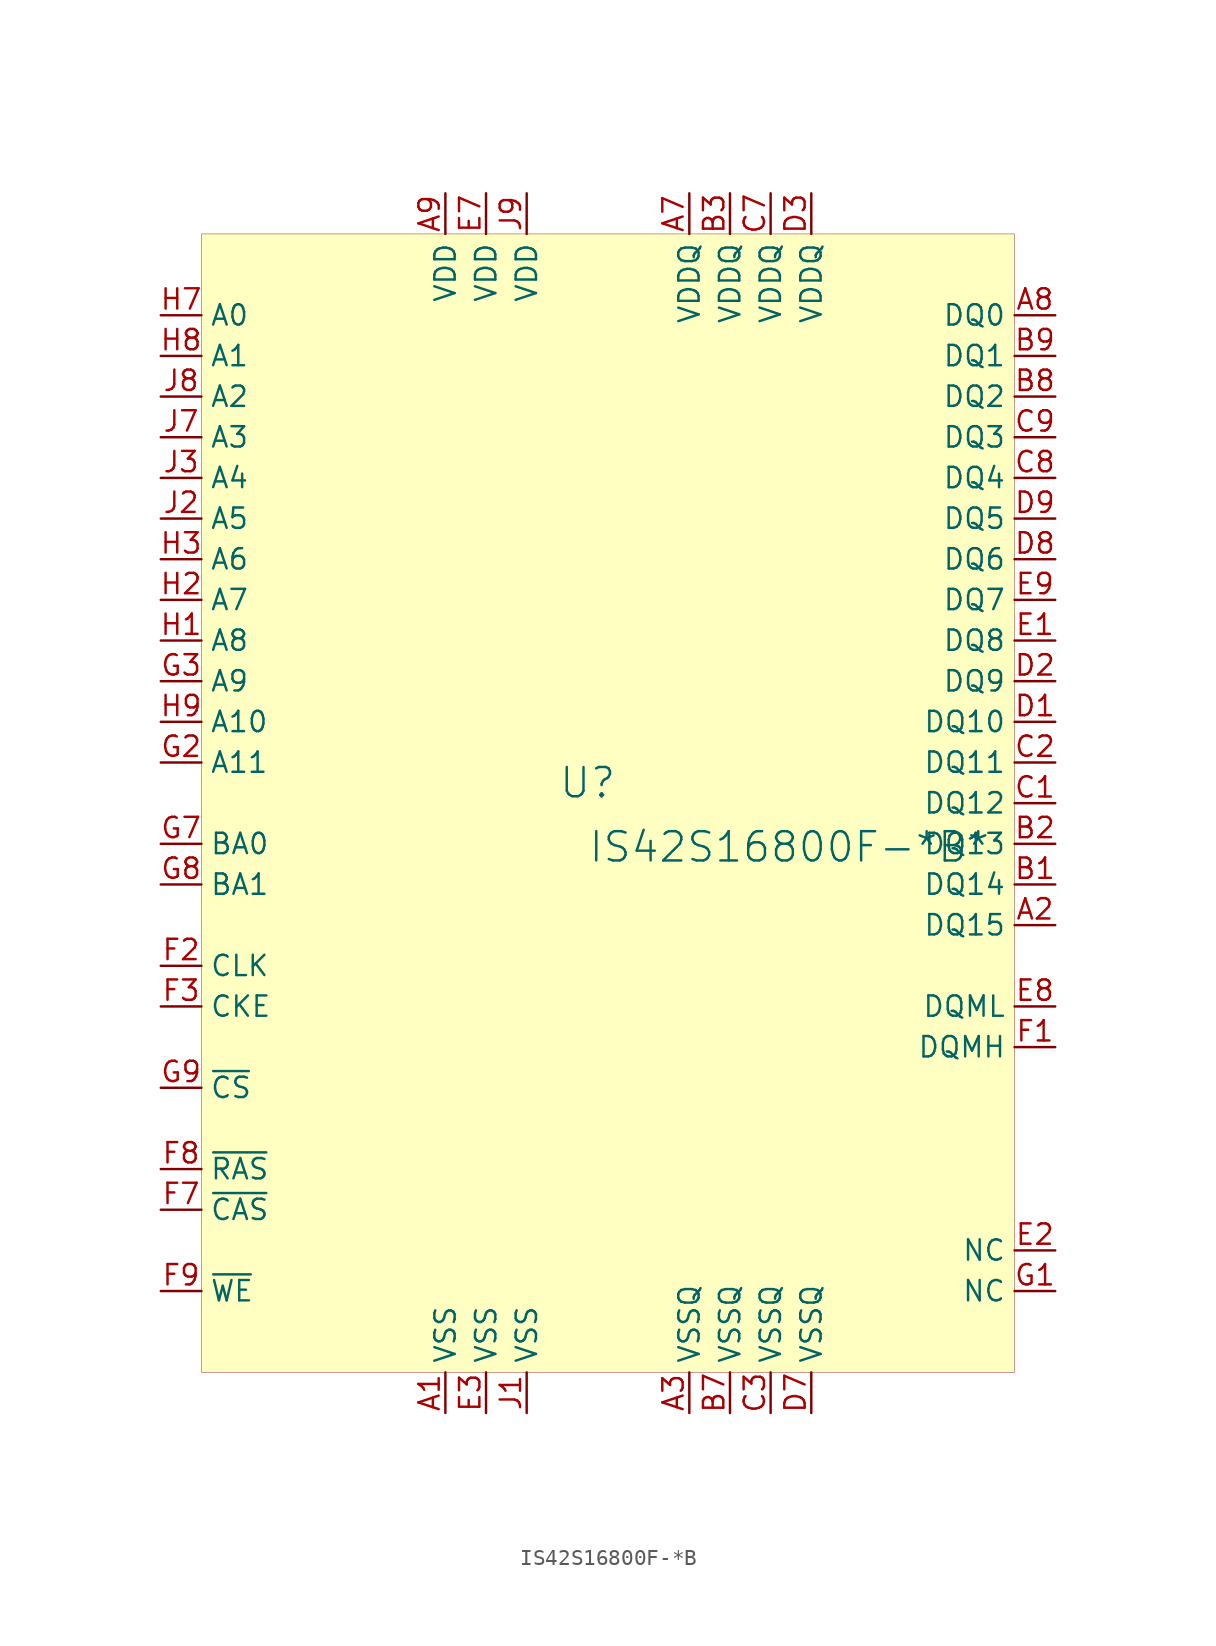
<source format=kicad_sym>
(kicad_symbol_lib
  (version 20231120)
  (generator "kicad_symbol_editor")
  (generator_version "8.0")
  (symbol "IS42S16800F-*B"
    (property "Reference" "U"
      (at -1.27 1.27 0)
      (effects (font (size 1.829 1.829))))
    (property "Value" "IS42S16800F-*B*"
      (at -1.27 -3.81 0)
      (effects (font (size 1.829 1.829)) (justify left bottom)))
    (symbol "IS42S16800F-*B_1_0"
      (rectangle (start 25.4 35.56) (end -25.4 -35.56) (stroke (width 0.025) (type solid) (color 128 0 0 1)) (fill (type background)))
      (pin power_in line (at -10.16 -38.1 90) (length 2.54) (name "VSS" (effects (font (size 1.27 1.27)))) (number "A1" (effects (font (size 1.27 1.27)))))
      (pin bidirectional line (at 27.94 -7.62 180) (length 2.54) (name "DQ15" (effects (font (size 1.27 1.27)))) (number "A2" (effects (font (size 1.27 1.27)))))
      (pin power_in line (at 5.08 -38.1 90) (length 2.54) (name "VSSQ" (effects (font (size 1.27 1.27)))) (number "A3" (effects (font (size 1.27 1.27)))))
      (pin power_in line (at 5.08 38.1 270) (length 2.54) (name "VDDQ" (effects (font (size 1.27 1.27)))) (number "A7" (effects (font (size 1.27 1.27)))))
      (pin bidirectional line (at 27.94 30.48 180) (length 2.54) (name "DQ0" (effects (font (size 1.27 1.27)))) (number "A8" (effects (font (size 1.27 1.27)))))
      (pin power_in line (at -10.16 38.1 270) (length 2.54) (name "VDD" (effects (font (size 1.27 1.27)))) (number "A9" (effects (font (size 1.27 1.27)))))
      (pin bidirectional line (at 27.94 -5.08 180) (length 2.54) (name "DQ14" (effects (font (size 1.27 1.27)))) (number "B1" (effects (font (size 1.27 1.27)))))
      (pin bidirectional line (at 27.94 -2.54 180) (length 2.54) (name "DQ13" (effects (font (size 1.27 1.27)))) (number "B2" (effects (font (size 1.27 1.27)))))
      (pin power_in line (at 7.62 38.1 270) (length 2.54) (name "VDDQ" (effects (font (size 1.27 1.27)))) (number "B3" (effects (font (size 1.27 1.27)))))
      (pin power_in line (at 7.62 -38.1 90) (length 2.54) (name "VSSQ" (effects (font (size 1.27 1.27)))) (number "B7" (effects (font (size 1.27 1.27)))))
      (pin bidirectional line (at 27.94 25.4 180) (length 2.54) (name "DQ2" (effects (font (size 1.27 1.27)))) (number "B8" (effects (font (size 1.27 1.27)))))
      (pin bidirectional line (at 27.94 27.94 180) (length 2.54) (name "DQ1" (effects (font (size 1.27 1.27)))) (number "B9" (effects (font (size 1.27 1.27)))))
      (pin bidirectional line (at 27.94 0 180) (length 2.54) (name "DQ12" (effects (font (size 1.27 1.27)))) (number "C1" (effects (font (size 1.27 1.27)))))
      (pin bidirectional line (at 27.94 2.54 180) (length 2.54) (name "DQ11" (effects (font (size 1.27 1.27)))) (number "C2" (effects (font (size 1.27 1.27)))))
      (pin power_in line (at 10.16 -38.1 90) (length 2.54) (name "VSSQ" (effects (font (size 1.27 1.27)))) (number "C3" (effects (font (size 1.27 1.27)))))
      (pin power_in line (at 10.16 38.1 270) (length 2.54) (name "VDDQ" (effects (font (size 1.27 1.27)))) (number "C7" (effects (font (size 1.27 1.27)))))
      (pin bidirectional line (at 27.94 20.32 180) (length 2.54) (name "DQ4" (effects (font (size 1.27 1.27)))) (number "C8" (effects (font (size 1.27 1.27)))))
      (pin bidirectional line (at 27.94 22.86 180) (length 2.54) (name "DQ3" (effects (font (size 1.27 1.27)))) (number "C9" (effects (font (size 1.27 1.27)))))
      (pin bidirectional line (at 27.94 5.08 180) (length 2.54) (name "DQ10" (effects (font (size 1.27 1.27)))) (number "D1" (effects (font (size 1.27 1.27)))))
      (pin bidirectional line (at 27.94 7.62 180) (length 2.54) (name "DQ9" (effects (font (size 1.27 1.27)))) (number "D2" (effects (font (size 1.27 1.27)))))
      (pin power_in line (at 12.7 38.1 270) (length 2.54) (name "VDDQ" (effects (font (size 1.27 1.27)))) (number "D3" (effects (font (size 1.27 1.27)))))
      (pin power_in line (at 12.7 -38.1 90) (length 2.54) (name "VSSQ" (effects (font (size 1.27 1.27)))) (number "D7" (effects (font (size 1.27 1.27)))))
      (pin bidirectional line (at 27.94 15.24 180) (length 2.54) (name "DQ6" (effects (font (size 1.27 1.27)))) (number "D8" (effects (font (size 1.27 1.27)))))
      (pin bidirectional line (at 27.94 17.78 180) (length 2.54) (name "DQ5" (effects (font (size 1.27 1.27)))) (number "D9" (effects (font (size 1.27 1.27)))))
      (pin bidirectional line (at 27.94 10.16 180) (length 2.54) (name "DQ8" (effects (font (size 1.27 1.27)))) (number "E1" (effects (font (size 1.27 1.27)))))
      (pin passive line (at 27.94 -27.94 180) (length 2.54) (name "NC" (effects (font (size 1.27 1.27)))) (number "E2" (effects (font (size 1.27 1.27)))))
      (pin power_in line (at -7.62 -38.1 90) (length 2.54) (name "VSS" (effects (font (size 1.27 1.27)))) (number "E3" (effects (font (size 1.27 1.27)))))
      (pin power_in line (at -7.62 38.1 270) (length 2.54) (name "VDD" (effects (font (size 1.27 1.27)))) (number "E7" (effects (font (size 1.27 1.27)))))
      (pin input line (at 27.94 -12.7 180) (length 2.54) (name "DQML" (effects (font (size 1.27 1.27)))) (number "E8" (effects (font (size 1.27 1.27)))))
      (pin bidirectional line (at 27.94 12.7 180) (length 2.54) (name "DQ7" (effects (font (size 1.27 1.27)))) (number "E9" (effects (font (size 1.27 1.27)))))
      (pin input line (at 27.94 -15.24 180) (length 2.54) (name "DQMH" (effects (font (size 1.27 1.27)))) (number "F1" (effects (font (size 1.27 1.27)))))
      (pin input line (at -27.94 -10.16 0) (length 2.54) (name "CLK" (effects (font (size 1.27 1.27)))) (number "F2" (effects (font (size 1.27 1.27)))))
      (pin input line (at -27.94 -12.7 0) (length 2.54) (name "CKE" (effects (font (size 1.27 1.27)))) (number "F3" (effects (font (size 1.27 1.27)))))
      (pin input line (at -27.94 -25.4 0) (length 2.54) (name "~{CAS}" (effects (font (size 1.27 1.27)))) (number "F7" (effects (font (size 1.27 1.27)))))
      (pin input line (at -27.94 -22.86 0) (length 2.54) (name "~{RAS}" (effects (font (size 1.27 1.27)))) (number "F8" (effects (font (size 1.27 1.27)))))
      (pin input line (at -27.94 -30.48 0) (length 2.54) (name "~{WE}" (effects (font (size 1.27 1.27)))) (number "F9" (effects (font (size 1.27 1.27)))))
      (pin passive line (at 27.94 -30.48 180) (length 2.54) (name "NC" (effects (font (size 1.27 1.27)))) (number "G1" (effects (font (size 1.27 1.27)))))
      (pin input line (at -27.94 2.54 0) (length 2.54) (name "A11" (effects (font (size 1.27 1.27)))) (number "G2" (effects (font (size 1.27 1.27)))))
      (pin input line (at -27.94 7.62 0) (length 2.54) (name "A9" (effects (font (size 1.27 1.27)))) (number "G3" (effects (font (size 1.27 1.27)))))
      (pin input line (at -27.94 -2.54 0) (length 2.54) (name "BA0" (effects (font (size 1.27 1.27)))) (number "G7" (effects (font (size 1.27 1.27)))))
      (pin input line (at -27.94 -5.08 0) (length 2.54) (name "BA1" (effects (font (size 1.27 1.27)))) (number "G8" (effects (font (size 1.27 1.27)))))
      (pin input line (at -27.94 -17.78 0) (length 2.54) (name "~{CS}" (effects (font (size 1.27 1.27)))) (number "G9" (effects (font (size 1.27 1.27)))))
      (pin input line (at -27.94 10.16 0) (length 2.54) (name "A8" (effects (font (size 1.27 1.27)))) (number "H1" (effects (font (size 1.27 1.27)))))
      (pin input line (at -27.94 12.7 0) (length 2.54) (name "A7" (effects (font (size 1.27 1.27)))) (number "H2" (effects (font (size 1.27 1.27)))))
      (pin input line (at -27.94 15.24 0) (length 2.54) (name "A6" (effects (font (size 1.27 1.27)))) (number "H3" (effects (font (size 1.27 1.27)))))
      (pin input line (at -27.94 30.48 0) (length 2.54) (name "A0" (effects (font (size 1.27 1.27)))) (number "H7" (effects (font (size 1.27 1.27)))))
      (pin input line (at -27.94 27.94 0) (length 2.54) (name "A1" (effects (font (size 1.27 1.27)))) (number "H8" (effects (font (size 1.27 1.27)))))
      (pin input line (at -27.94 5.08 0) (length 2.54) (name "A10" (effects (font (size 1.27 1.27)))) (number "H9" (effects (font (size 1.27 1.27)))))
      (pin power_in line (at -5.08 -38.1 90) (length 2.54) (name "VSS" (effects (font (size 1.27 1.27)))) (number "J1" (effects (font (size 1.27 1.27)))))
      (pin input line (at -27.94 17.78 0) (length 2.54) (name "A5" (effects (font (size 1.27 1.27)))) (number "J2" (effects (font (size 1.27 1.27)))))
      (pin input line (at -27.94 20.32 0) (length 2.54) (name "A4" (effects (font (size 1.27 1.27)))) (number "J3" (effects (font (size 1.27 1.27)))))
      (pin input line (at -27.94 22.86 0) (length 2.54) (name "A3" (effects (font (size 1.27 1.27)))) (number "J7" (effects (font (size 1.27 1.27)))))
      (pin input line (at -27.94 25.4 0) (length 2.54) (name "A2" (effects (font (size 1.27 1.27)))) (number "J8" (effects (font (size 1.27 1.27)))))
      (pin power_in line (at -5.08 38.1 270) (length 2.54) (name "VDD" (effects (font (size 1.27 1.27)))) (number "J9" (effects (font (size 1.27 1.27))))))))
</source>
